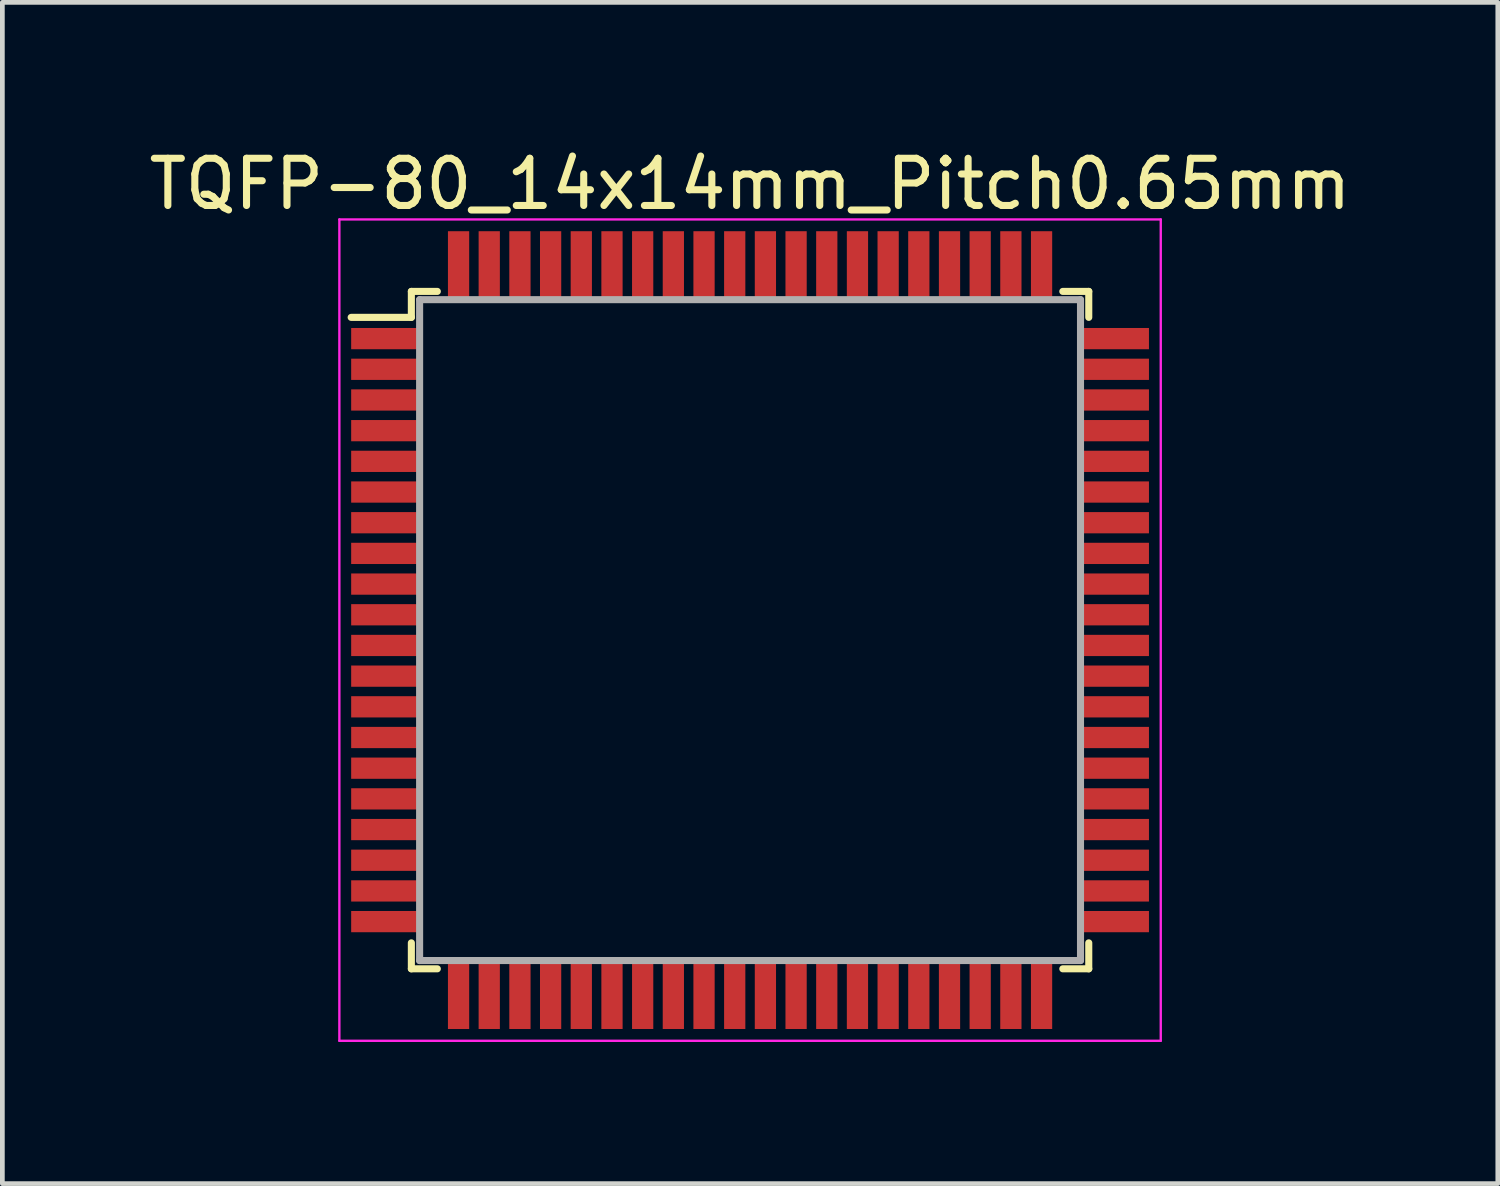
<source format=kicad_pcb>
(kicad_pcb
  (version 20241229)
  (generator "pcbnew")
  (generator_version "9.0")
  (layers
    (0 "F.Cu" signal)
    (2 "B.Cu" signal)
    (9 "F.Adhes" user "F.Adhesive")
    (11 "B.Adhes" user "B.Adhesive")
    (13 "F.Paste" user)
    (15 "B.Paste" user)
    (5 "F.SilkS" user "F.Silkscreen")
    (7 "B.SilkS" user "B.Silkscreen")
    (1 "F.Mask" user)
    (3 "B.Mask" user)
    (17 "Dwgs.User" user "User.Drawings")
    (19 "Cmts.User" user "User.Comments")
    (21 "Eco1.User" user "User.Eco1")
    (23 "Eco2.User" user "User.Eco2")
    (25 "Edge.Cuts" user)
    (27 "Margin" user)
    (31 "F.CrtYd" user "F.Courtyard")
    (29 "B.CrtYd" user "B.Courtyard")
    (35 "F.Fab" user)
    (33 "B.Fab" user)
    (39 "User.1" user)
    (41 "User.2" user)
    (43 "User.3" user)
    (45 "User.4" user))
  (footprint "TQFP-80_14x14mm_Pitch0.65mm"
    (layer "F.Cu")
    (at 12.839 10.298)
    (property "Reference" "TQFP-80_14x14mm_Pitch0.65mm" (at 0 -9.45 0) (layer "F.SilkS") (effects (font (size 1 1) (thickness 0.15))))
    (attr smd)
    (fp_line (start -7.175 -7.175) (end -7.175 -6.625) (stroke (width 0.15) (type solid)) (layer "F.SilkS"))
    (fp_line (start -7.175 -7.175) (end -6.625 -7.175) (stroke (width 0.15) (type solid)) (layer "F.SilkS"))
    (fp_line (start -7.175 -6.625) (end -8.45 -6.625) (stroke (width 0.15) (type solid)) (layer "F.SilkS"))
    (fp_line (start -7.175 7.175) (end -7.175 6.625) (stroke (width 0.15) (type solid)) (layer "F.SilkS"))
    (fp_line (start -7.175 7.175) (end -6.625 7.175) (stroke (width 0.15) (type solid)) (layer "F.SilkS"))
    (fp_line (start 7.175 -7.175) (end 6.625 -7.175) (stroke (width 0.15) (type solid)) (layer "F.SilkS"))
    (fp_line (start 7.175 -7.175) (end 7.175 -6.625) (stroke (width 0.15) (type solid)) (layer "F.SilkS"))
    (fp_line (start 7.175 7.175) (end 6.625 7.175) (stroke (width 0.15) (type solid)) (layer "F.SilkS"))
    (fp_line (start 7.175 7.175) (end 7.175 6.625) (stroke (width 0.15) (type solid)) (layer "F.SilkS"))
    (fp_line (start -8.7 -8.7) (end -8.7 8.7) (stroke (width 0.05) (type solid)) (layer "F.CrtYd"))
    (fp_line (start -8.7 -8.7) (end 8.7 -8.7) (stroke (width 0.05) (type solid)) (layer "F.CrtYd"))
    (fp_line (start -8.7 8.7) (end 8.7 8.7) (stroke (width 0.05) (type solid)) (layer "F.CrtYd"))
    (fp_line (start 8.7 -8.7) (end 8.7 8.7) (stroke (width 0.05) (type solid)) (layer "F.CrtYd"))
    (fp_line (start -7 -7) (end 7 -7) (stroke (width 0.15) (type solid)) (layer "F.Fab"))
    (fp_line (start -7 7) (end -7 -7) (stroke (width 0.15) (type solid)) (layer "F.Fab"))
    (fp_line (start 7 -7) (end 7 7) (stroke (width 0.15) (type solid)) (layer "F.Fab"))
    (fp_line (start 7 7) (end -7 7) (stroke (width 0.15) (type solid)) (layer "F.Fab"))
    (pad "1" smd rect (at -7.7 -6.175) (size 1.5 0.45) (layers "F.Cu" "F.Mask" "F.Paste"))
    (pad "2" smd rect (at -7.7 -5.525) (size 1.5 0.45) (layers "F.Cu" "F.Mask" "F.Paste"))
    (pad "3" smd rect (at -7.7 -4.875) (size 1.5 0.45) (layers "F.Cu" "F.Mask" "F.Paste"))
    (pad "4" smd rect (at -7.7 -4.225) (size 1.5 0.45) (layers "F.Cu" "F.Mask" "F.Paste"))
    (pad "5" smd rect (at -7.7 -3.575) (size 1.5 0.45) (layers "F.Cu" "F.Mask" "F.Paste"))
    (pad "6" smd rect (at -7.7 -2.925) (size 1.5 0.45) (layers "F.Cu" "F.Mask" "F.Paste"))
    (pad "7" smd rect (at -7.7 -2.275) (size 1.5 0.45) (layers "F.Cu" "F.Mask" "F.Paste"))
    (pad "8" smd rect (at -7.7 -1.625) (size 1.5 0.45) (layers "F.Cu" "F.Mask" "F.Paste"))
    (pad "9" smd rect (at -7.7 -0.975) (size 1.5 0.45) (layers "F.Cu" "F.Mask" "F.Paste"))
    (pad "10" smd rect (at -7.7 -0.325) (size 1.5 0.45) (layers "F.Cu" "F.Mask" "F.Paste"))
    (pad "11" smd rect (at -7.7 0.325) (size 1.5 0.45) (layers "F.Cu" "F.Mask" "F.Paste"))
    (pad "12" smd rect (at -7.7 0.975) (size 1.5 0.45) (layers "F.Cu" "F.Mask" "F.Paste"))
    (pad "13" smd rect (at -7.7 1.625) (size 1.5 0.45) (layers "F.Cu" "F.Mask" "F.Paste"))
    (pad "14" smd rect (at -7.7 2.275) (size 1.5 0.45) (layers "F.Cu" "F.Mask" "F.Paste"))
    (pad "15" smd rect (at -7.7 2.925) (size 1.5 0.45) (layers "F.Cu" "F.Mask" "F.Paste"))
    (pad "16" smd rect (at -7.7 3.575) (size 1.5 0.45) (layers "F.Cu" "F.Mask" "F.Paste"))
    (pad "17" smd rect (at -7.7 4.225) (size 1.5 0.45) (layers "F.Cu" "F.Mask" "F.Paste"))
    (pad "18" smd rect (at -7.7 4.875) (size 1.5 0.45) (layers "F.Cu" "F.Mask" "F.Paste"))
    (pad "19" smd rect (at -7.7 5.525) (size 1.5 0.45) (layers "F.Cu" "F.Mask" "F.Paste"))
    (pad "20" smd rect (at -7.7 6.175) (size 1.5 0.45) (layers "F.Cu" "F.Mask" "F.Paste"))
    (pad "21" smd rect (at -6.175 7.7 90) (size 1.5 0.45) (layers "F.Cu" "F.Mask" "F.Paste"))
    (pad "22" smd rect (at -5.525 7.7 90) (size 1.5 0.45) (layers "F.Cu" "F.Mask" "F.Paste"))
    (pad "23" smd rect (at -4.875 7.7 90) (size 1.5 0.45) (layers "F.Cu" "F.Mask" "F.Paste"))
    (pad "24" smd rect (at -4.225 7.7 90) (size 1.5 0.45) (layers "F.Cu" "F.Mask" "F.Paste"))
    (pad "25" smd rect (at -3.575 7.7 90) (size 1.5 0.45) (layers "F.Cu" "F.Mask" "F.Paste"))
    (pad "26" smd rect (at -2.925 7.7 90) (size 1.5 0.45) (layers "F.Cu" "F.Mask" "F.Paste"))
    (pad "27" smd rect (at -2.275 7.7 90) (size 1.5 0.45) (layers "F.Cu" "F.Mask" "F.Paste"))
    (pad "28" smd rect (at -1.625 7.7 90) (size 1.5 0.45) (layers "F.Cu" "F.Mask" "F.Paste"))
    (pad "29" smd rect (at -0.975 7.7 90) (size 1.5 0.45) (layers "F.Cu" "F.Mask" "F.Paste"))
    (pad "30" smd rect (at -0.325 7.7 90) (size 1.5 0.45) (layers "F.Cu" "F.Mask" "F.Paste"))
    (pad "31" smd rect (at 0.325 7.7 90) (size 1.5 0.45) (layers "F.Cu" "F.Mask" "F.Paste"))
    (pad "32" smd rect (at 0.975 7.7 90) (size 1.5 0.45) (layers "F.Cu" "F.Mask" "F.Paste"))
    (pad "33" smd rect (at 1.625 7.7 90) (size 1.5 0.45) (layers "F.Cu" "F.Mask" "F.Paste"))
    (pad "34" smd rect (at 2.275 7.7 90) (size 1.5 0.45) (layers "F.Cu" "F.Mask" "F.Paste"))
    (pad "35" smd rect (at 2.925 7.7 90) (size 1.5 0.45) (layers "F.Cu" "F.Mask" "F.Paste"))
    (pad "36" smd rect (at 3.575 7.7 90) (size 1.5 0.45) (layers "F.Cu" "F.Mask" "F.Paste"))
    (pad "37" smd rect (at 4.225 7.7 90) (size 1.5 0.45) (layers "F.Cu" "F.Mask" "F.Paste"))
    (pad "38" smd rect (at 4.875 7.7 90) (size 1.5 0.45) (layers "F.Cu" "F.Mask" "F.Paste"))
    (pad "39" smd rect (at 5.525 7.7 90) (size 1.5 0.45) (layers "F.Cu" "F.Mask" "F.Paste"))
    (pad "40" smd rect (at 6.175 7.7 90) (size 1.5 0.45) (layers "F.Cu" "F.Mask" "F.Paste"))
    (pad "41" smd rect (at 7.7 6.175) (size 1.5 0.45) (layers "F.Cu" "F.Mask" "F.Paste"))
    (pad "42" smd rect (at 7.7 5.525) (size 1.5 0.45) (layers "F.Cu" "F.Mask" "F.Paste"))
    (pad "43" smd rect (at 7.7 4.875) (size 1.5 0.45) (layers "F.Cu" "F.Mask" "F.Paste"))
    (pad "44" smd rect (at 7.7 4.225) (size 1.5 0.45) (layers "F.Cu" "F.Mask" "F.Paste"))
    (pad "45" smd rect (at 7.7 3.575) (size 1.5 0.45) (layers "F.Cu" "F.Mask" "F.Paste"))
    (pad "46" smd rect (at 7.7 2.925) (size 1.5 0.45) (layers "F.Cu" "F.Mask" "F.Paste"))
    (pad "47" smd rect (at 7.7 2.275) (size 1.5 0.45) (layers "F.Cu" "F.Mask" "F.Paste"))
    (pad "48" smd rect (at 7.7 1.625) (size 1.5 0.45) (layers "F.Cu" "F.Mask" "F.Paste"))
    (pad "49" smd rect (at 7.7 0.975) (size 1.5 0.45) (layers "F.Cu" "F.Mask" "F.Paste"))
    (pad "50" smd rect (at 7.7 0.325) (size 1.5 0.45) (layers "F.Cu" "F.Mask" "F.Paste"))
    (pad "51" smd rect (at 7.7 -0.325) (size 1.5 0.45) (layers "F.Cu" "F.Mask" "F.Paste"))
    (pad "52" smd rect (at 7.7 -0.975) (size 1.5 0.45) (layers "F.Cu" "F.Mask" "F.Paste"))
    (pad "53" smd rect (at 7.7 -1.625) (size 1.5 0.45) (layers "F.Cu" "F.Mask" "F.Paste"))
    (pad "54" smd rect (at 7.7 -2.275) (size 1.5 0.45) (layers "F.Cu" "F.Mask" "F.Paste"))
    (pad "55" smd rect (at 7.7 -2.925) (size 1.5 0.45) (layers "F.Cu" "F.Mask" "F.Paste"))
    (pad "56" smd rect (at 7.7 -3.575) (size 1.5 0.45) (layers "F.Cu" "F.Mask" "F.Paste"))
    (pad "57" smd rect (at 7.7 -4.225) (size 1.5 0.45) (layers "F.Cu" "F.Mask" "F.Paste"))
    (pad "58" smd rect (at 7.7 -4.875) (size 1.5 0.45) (layers "F.Cu" "F.Mask" "F.Paste"))
    (pad "59" smd rect (at 7.7 -5.525) (size 1.5 0.45) (layers "F.Cu" "F.Mask" "F.Paste"))
    (pad "60" smd rect (at 7.7 -6.175) (size 1.5 0.45) (layers "F.Cu" "F.Mask" "F.Paste"))
    (pad "61" smd rect (at 6.175 -7.7 90) (size 1.5 0.45) (layers "F.Cu" "F.Mask" "F.Paste"))
    (pad "62" smd rect (at 5.525 -7.7 90) (size 1.5 0.45) (layers "F.Cu" "F.Mask" "F.Paste"))
    (pad "63" smd rect (at 4.875 -7.7 90) (size 1.5 0.45) (layers "F.Cu" "F.Mask" "F.Paste"))
    (pad "64" smd rect (at 4.225 -7.7 90) (size 1.5 0.45) (layers "F.Cu" "F.Mask" "F.Paste"))
    (pad "65" smd rect (at 3.575 -7.7 90) (size 1.5 0.45) (layers "F.Cu" "F.Mask" "F.Paste"))
    (pad "66" smd rect (at 2.925 -7.7 90) (size 1.5 0.45) (layers "F.Cu" "F.Mask" "F.Paste"))
    (pad "67" smd rect (at 2.275 -7.7 90) (size 1.5 0.45) (layers "F.Cu" "F.Mask" "F.Paste"))
    (pad "68" smd rect (at 1.625 -7.7 90) (size 1.5 0.45) (layers "F.Cu" "F.Mask" "F.Paste"))
    (pad "69" smd rect (at 0.975 -7.7 90) (size 1.5 0.45) (layers "F.Cu" "F.Mask" "F.Paste"))
    (pad "70" smd rect (at 0.325 -7.7 90) (size 1.5 0.45) (layers "F.Cu" "F.Mask" "F.Paste"))
    (pad "71" smd rect (at -0.325 -7.7 90) (size 1.5 0.45) (layers "F.Cu" "F.Mask" "F.Paste"))
    (pad "72" smd rect (at -0.975 -7.7 90) (size 1.5 0.45) (layers "F.Cu" "F.Mask" "F.Paste"))
    (pad "73" smd rect (at -1.625 -7.7 90) (size 1.5 0.45) (layers "F.Cu" "F.Mask" "F.Paste"))
    (pad "74" smd rect (at -2.275 -7.7 90) (size 1.5 0.45) (layers "F.Cu" "F.Mask" "F.Paste"))
    (pad "75" smd rect (at -2.925 -7.7 90) (size 1.5 0.45) (layers "F.Cu" "F.Mask" "F.Paste"))
    (pad "76" smd rect (at -3.575 -7.7 90) (size 1.5 0.45) (layers "F.Cu" "F.Mask" "F.Paste"))
    (pad "77" smd rect (at -4.225 -7.7 90) (size 1.5 0.45) (layers "F.Cu" "F.Mask" "F.Paste"))
    (pad "78" smd rect (at -4.875 -7.7 90) (size 1.5 0.45) (layers "F.Cu" "F.Mask" "F.Paste"))
    (pad "79" smd rect (at -5.525 -7.7 90) (size 1.5 0.45) (layers "F.Cu" "F.Mask" "F.Paste"))
    (pad "80" smd rect (at -6.175 -7.7 90) (size 1.5 0.45) (layers "F.Cu" "F.Mask" "F.Paste")))
  (gr_rect
    (start -3 -3)
    (end 28.679 22.023)
    (stroke (width 0.1) (type default))
    (fill no)
    (layer "Edge.Cuts")))
</source>
